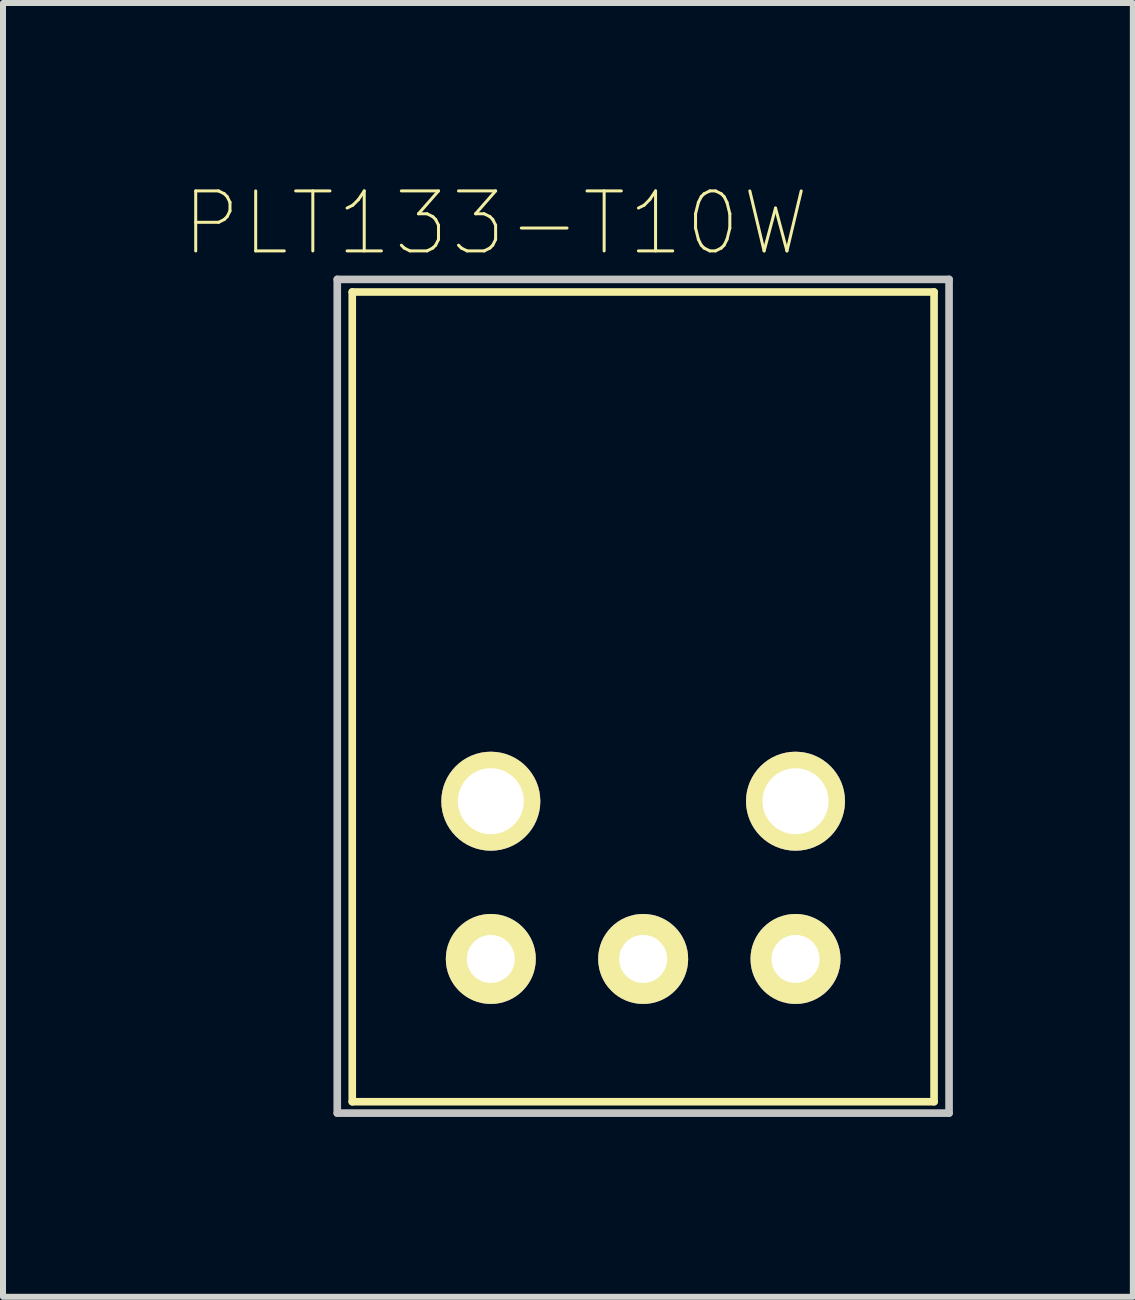
<source format=kicad_pcb>
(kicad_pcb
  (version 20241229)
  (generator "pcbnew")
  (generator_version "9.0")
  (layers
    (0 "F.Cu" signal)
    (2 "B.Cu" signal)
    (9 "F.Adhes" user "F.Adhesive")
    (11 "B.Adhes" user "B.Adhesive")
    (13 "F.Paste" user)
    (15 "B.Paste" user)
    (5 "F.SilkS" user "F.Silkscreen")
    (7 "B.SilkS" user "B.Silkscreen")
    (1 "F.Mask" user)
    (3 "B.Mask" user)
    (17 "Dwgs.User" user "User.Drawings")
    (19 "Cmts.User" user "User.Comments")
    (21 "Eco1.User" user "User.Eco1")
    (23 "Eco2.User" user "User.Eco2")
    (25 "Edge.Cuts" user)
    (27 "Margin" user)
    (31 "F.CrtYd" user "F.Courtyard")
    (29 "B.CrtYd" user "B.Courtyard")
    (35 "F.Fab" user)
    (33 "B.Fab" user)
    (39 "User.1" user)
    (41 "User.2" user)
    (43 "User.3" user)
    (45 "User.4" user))
  (footprint "PLT133-T10W"
    (layer "F.Cu")
    (at 7.673 10.308)
    (property "Reference" "PLT133-T10W" (at -2.46 -9.635 0) (layer "F.SilkS") (effects (font (size 1 1) (thickness 0.05))))
    (attr through_hole)
    (fp_line (start -4.85 -8.49) (end -4.85 5.01) (stroke (width 0.127) (type solid)) (layer "F.SilkS"))
    (fp_line (start 4.85 -8.49) (end -4.85 -8.49) (stroke (width 0.127) (type solid)) (layer "F.SilkS"))
    (fp_line (start 4.85 -8.49) (end 4.85 5.01) (stroke (width 0.127) (type solid)) (layer "F.SilkS"))
    (fp_line (start 4.85 5.01) (end -4.85 5.01) (stroke (width 0.127) (type solid)) (layer "F.SilkS"))
    (fp_line (start -5.1 -8.7) (end 5.1 -8.7) (stroke (width 0.127) (type solid)) (layer "Dwgs.User"))
    (fp_line (start -5.1 5.2) (end -5.1 -8.7) (stroke (width 0.127) (type solid)) (layer "Dwgs.User"))
    (fp_line (start 5.1 -8.7) (end 5.1 5.2) (stroke (width 0.127) (type solid)) (layer "Dwgs.User"))
    (fp_line (start 5.1 5.2) (end -5.1 5.2) (stroke (width 0.127) (type solid)) (layer "Dwgs.User"))
    (pad "1" thru_hole circle (at 2.54 2.63) (size 1.5 1.5) (drill 0.8) (layers "*.Cu" "*.Mask" "F.SilkS"))
    (pad "2" thru_hole circle (at 0 2.63) (size 1.5 1.5) (drill 0.8) (layers "*.Cu" "*.Mask" "F.SilkS"))
    (pad "3" thru_hole circle (at -2.54 2.63) (size 1.5 1.5) (drill 0.8) (layers "*.Cu" "*.Mask" "F.SilkS"))
    (pad "NC1" thru_hole circle (at 2.54 0) (size 1.65 1.65) (drill 1.1) (layers "*.Cu" "*.Mask" "F.SilkS"))
    (pad "NC2" thru_hole circle (at -2.54 0) (size 1.65 1.65) (drill 1.1) (layers "*.Cu" "*.Mask" "F.SilkS")))
  (gr_rect
    (start -3 -3)
    (end 15.837 18.571)
    (stroke (width 0.1) (type default))
    (fill no)
    (layer "Edge.Cuts")))
</source>
